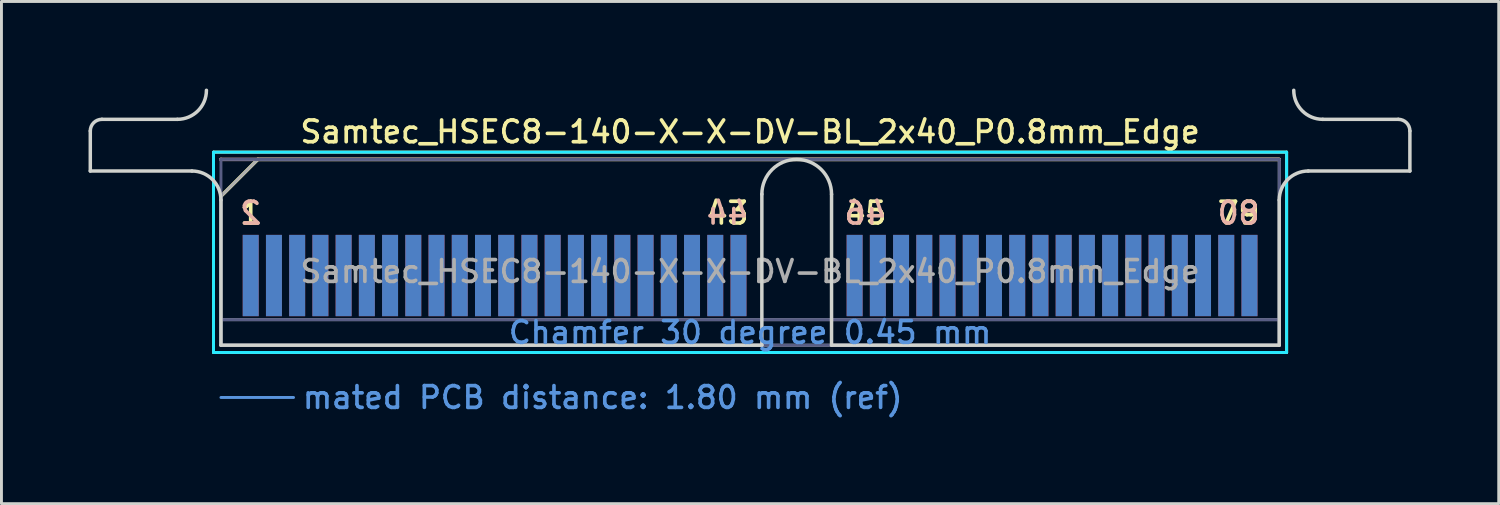
<source format=kicad_pcb>
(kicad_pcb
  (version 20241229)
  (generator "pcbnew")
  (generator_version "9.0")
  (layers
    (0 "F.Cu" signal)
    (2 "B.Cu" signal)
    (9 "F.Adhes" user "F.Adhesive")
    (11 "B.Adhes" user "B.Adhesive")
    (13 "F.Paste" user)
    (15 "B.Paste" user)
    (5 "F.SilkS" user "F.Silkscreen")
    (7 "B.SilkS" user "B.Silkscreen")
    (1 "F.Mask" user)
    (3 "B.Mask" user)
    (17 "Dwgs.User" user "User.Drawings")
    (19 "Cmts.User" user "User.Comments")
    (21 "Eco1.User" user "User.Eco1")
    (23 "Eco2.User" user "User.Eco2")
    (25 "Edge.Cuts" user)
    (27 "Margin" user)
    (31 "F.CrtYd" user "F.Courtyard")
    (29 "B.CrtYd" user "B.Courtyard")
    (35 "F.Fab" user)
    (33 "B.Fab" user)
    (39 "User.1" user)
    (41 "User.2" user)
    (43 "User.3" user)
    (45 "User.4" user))
  (footprint "Samtec_HSEC8-140-X-X-DV-BL_2x40_P0.8mm_Edge"
    (layer "F.Cu")
    (at 22.785 8.84)
    (property "Reference" "Samtec_HSEC8-140-X-X-DV-BL_2x40_P0.8mm_Edge" (at 0 -7.35 0) (layer "F.SilkS") (effects (font (size 0.75 0.75) (thickness 0.125))))
    (attr exclude_from_pos_files exclude_from_bom)
    (fp_line (start -18.48 -6.65) (end -18.48 0.25) (stroke (width 0.1) (type solid)) (layer "F.SilkS"))
    (fp_line (start -18.48 0.25) (end 18.48 0.25) (stroke (width 0.1) (type solid)) (layer "F.SilkS"))
    (fp_line (start -18.225 -5.13) (end -16.955 -6.4) (stroke (width 0.12) (type solid)) (layer "F.SilkS"))
    (fp_line (start -16.955 -6.4) (end 18.225 -6.4) (stroke (width 0.12) (type solid)) (layer "F.SilkS"))
    (fp_line (start 18.48 -6.65) (end -18.48 -6.65) (stroke (width 0.1) (type solid)) (layer "F.SilkS"))
    (fp_line (start 18.48 0.25) (end 18.48 -6.65) (stroke (width 0.1) (type solid)) (layer "F.SilkS"))
    (fp_line (start -18.225 -6.4) (end -18.225 -6.4) (stroke (width 0.12) (type solid)) (layer "B.SilkS"))
    (fp_line (start -18.225 -6.4) (end 18.225 -6.4) (stroke (width 0.12) (type solid)) (layer "B.SilkS"))
    (fp_line (start -18.225 1.8) (end -15.725 1.8) (stroke (width 0.1) (type solid)) (layer "Cmts.User"))
    (fp_line (start -22.725 -6) (end -22.725 -7.38) (stroke (width 0.12) (type solid)) (layer "Edge.Cuts"))
    (fp_line (start -22.325 -7.78) (end -19.725 -7.78) (stroke (width 0.12) (type solid)) (layer "Edge.Cuts"))
    (fp_line (start -19.225 -6) (end -22.725 -6) (stroke (width 0.12) (type solid)) (layer "Edge.Cuts"))
    (fp_line (start -18.225 -5) (end -18.225 0) (stroke (width 0.12) (type solid)) (layer "Edge.Cuts"))
    (fp_line (start -18.225 0) (end 0.405 0) (stroke (width 0.12) (type solid)) (layer "Edge.Cuts"))
    (fp_line (start 0.405 0) (end 0.405 -5.2) (stroke (width 0.12) (type solid)) (layer "Edge.Cuts"))
    (fp_line (start 2.805 -5.2) (end 2.805 0) (stroke (width 0.12) (type solid)) (layer "Edge.Cuts"))
    (fp_line (start 2.805 0) (end 18.225 0) (stroke (width 0.12) (type solid)) (layer "Edge.Cuts"))
    (fp_line (start 18.225 0) (end 18.225 -5) (stroke (width 0.12) (type solid)) (layer "Edge.Cuts"))
    (fp_line (start 19.225 -6) (end 22.725 -6) (stroke (width 0.12) (type solid)) (layer "Edge.Cuts"))
    (fp_line (start 22.325 -7.78) (end 19.725 -7.78) (stroke (width 0.12) (type solid)) (layer "Edge.Cuts"))
    (fp_line (start 22.725 -6) (end 22.725 -7.38) (stroke (width 0.12) (type solid)) (layer "Edge.Cuts"))
    (fp_arc (start -22.725 -7.38) (mid -22.607843 -7.662843) (end -22.325 -7.78) (stroke (width 0.12) (type solid)) (layer "Edge.Cuts"))
    (fp_arc (start -19.225 -6) (mid -18.517893 -5.707107) (end -18.225 -5) (stroke (width 0.12) (type solid)) (layer "Edge.Cuts"))
    (fp_arc (start -18.725 -8.78) (mid -19.017893 -8.072893) (end -19.725 -7.78) (stroke (width 0.12) (type solid)) (layer "Edge.Cuts"))
    (fp_arc (start 0.405 -5.2) (mid 1.605 -6.4) (end 2.805 -5.2) (stroke (width 0.12) (type solid)) (layer "Edge.Cuts"))
    (fp_arc (start 18.225 -5) (mid 18.517893 -5.707107) (end 19.225 -6) (stroke (width 0.12) (type solid)) (layer "Edge.Cuts"))
    (fp_arc (start 19.725 -7.78) (mid 19.017893 -8.072893) (end 18.725 -8.78) (stroke (width 0.12) (type solid)) (layer "Edge.Cuts"))
    (fp_arc (start 22.325 -7.78) (mid 22.607843 -7.662843) (end 22.725 -7.38) (stroke (width 0.12) (type solid)) (layer "Edge.Cuts"))
    (fp_line (start -18.48 -6.65) (end -18.48 0.25) (stroke (width 0.1) (type solid)) (layer "B.CrtYd"))
    (fp_line (start -18.48 0.25) (end 18.48 0.25) (stroke (width 0.1) (type solid)) (layer "B.CrtYd"))
    (fp_line (start 18.48 -6.65) (end -18.48 -6.65) (stroke (width 0.1) (type solid)) (layer "B.CrtYd"))
    (fp_line (start 18.48 0.25) (end 18.48 -6.65) (stroke (width 0.1) (type solid)) (layer "B.CrtYd"))
    (fp_line (start -18.225 -6.4) (end -18.225 -6.4) (stroke (width 0.1) (type solid)) (layer "B.Fab"))
    (fp_line (start -18.225 -6.4) (end -18.225 0) (stroke (width 0.1) (type solid)) (layer "B.Fab"))
    (fp_line (start -18.225 -6.4) (end 18.225 -6.4) (stroke (width 0.1) (type solid)) (layer "B.Fab"))
    (fp_line (start -18.225 -0.88) (end 18.225 -0.88) (stroke (width 0.1) (type solid)) (layer "B.Fab"))
    (fp_line (start -18.225 0) (end 18.225 0) (stroke (width 0.1) (type solid)) (layer "B.Fab"))
    (fp_line (start 18.225 -6.4) (end 18.225 0) (stroke (width 0.1) (type solid)) (layer "B.Fab"))
    (fp_line (start -18.225 -5.13) (end -18.225 0) (stroke (width 0.1) (type solid)) (layer "F.Fab"))
    (fp_line (start -18.225 -5.13) (end -16.955 -6.4) (stroke (width 0.1) (type solid)) (layer "F.Fab"))
    (fp_line (start -18.225 -0.88) (end 18.225 -0.88) (stroke (width 0.1) (type solid)) (layer "F.Fab"))
    (fp_line (start -18.225 0) (end 18.225 0) (stroke (width 0.1) (type solid)) (layer "F.Fab"))
    (fp_line (start -16.955 -6.4) (end 18.225 -6.4) (stroke (width 0.1) (type solid)) (layer "F.Fab"))
    (fp_line (start 18.225 -6.4) (end 18.225 0) (stroke (width 0.1) (type solid)) (layer "F.Fab"))
    (fp_text user "43" (at -0.775 -4.55 0) (layer "F.SilkS") (effects (font (size 0.75 0.75) (thickness 0.125))))
    (fp_text user "45" (at 3.975 -4.55 0) (layer "F.SilkS") (effects (font (size 0.75 0.75) (thickness 0.125))))
    (fp_text user "79" (at 16.825 -4.55 0) (layer "F.SilkS") (effects (font (size 0.75 0.75) (thickness 0.125))))
    (fp_text user "1" (at -17.2 -4.55 0) (layer "F.SilkS") (effects (font (size 0.75 0.75) (thickness 0.125))))
    (fp_text user "2" (at -17.2 -4.55 0) (layer "B.SilkS") (effects (font (size 0.75 0.75) (thickness 0.125)) (justify mirror)))
    (fp_text user "44" (at -0.775 -4.55 0) (layer "B.SilkS") (effects (font (size 0.75 0.75) (thickness 0.125)) (justify mirror)))
    (fp_text user "80" (at 16.825 -4.55 0) (layer "B.SilkS") (effects (font (size 0.75 0.75) (thickness 0.125)) (justify mirror)))
    (fp_text user "46" (at 3.975 -4.55 0) (layer "B.SilkS") (effects (font (size 0.75 0.75) (thickness 0.125)) (justify mirror)))
    (fp_text user "mated PCB distance: 1.80 mm (ref)" (at -15.48 1.8 0) (layer "Cmts.User") (effects (font (size 0.75 0.75) (thickness 0.125)) (justify left)))
    (fp_text user "Chamfer 30 degree 0.45 mm" (at 0 -0.44 0) (layer "Cmts.User") (effects (font (size 0.75 0.75) (thickness 0.125))))
    (fp_text user "${REFERENCE}" (at 0 -2.54 0) (layer "F.Fab") (effects (font (size 0.75 0.75) (thickness 0.125))))
    (pad "1" connect rect (at -17.2 -2.4) (size 0.55 2.8) (layers "F.Cu" "F.Mask"))
    (pad "2" connect rect (at -17.2 -2.4) (size 0.55 2.8) (layers "B.Cu" "B.Mask"))
    (pad "3" connect rect (at -16.4 -2.4) (size 0.55 2.8) (layers "F.Cu" "F.Mask"))
    (pad "4" connect rect (at -16.4 -2.4) (size 0.55 2.8) (layers "B.Cu" "B.Mask"))
    (pad "5" connect rect (at -15.6 -2.4) (size 0.55 2.8) (layers "F.Cu" "F.Mask"))
    (pad "6" connect rect (at -15.6 -2.4) (size 0.55 2.8) (layers "B.Cu" "B.Mask"))
    (pad "7" connect rect (at -14.8 -2.4) (size 0.55 2.8) (layers "F.Cu" "F.Mask"))
    (pad "8" connect rect (at -14.8 -2.4) (size 0.55 2.8) (layers "B.Cu" "B.Mask"))
    (pad "9" connect rect (at -14 -2.4) (size 0.55 2.8) (layers "F.Cu" "F.Mask"))
    (pad "10" connect rect (at -14 -2.4) (size 0.55 2.8) (layers "B.Cu" "B.Mask"))
    (pad "11" connect rect (at -13.2 -2.4) (size 0.55 2.8) (layers "F.Cu" "F.Mask"))
    (pad "12" connect rect (at -13.2 -2.4) (size 0.55 2.8) (layers "B.Cu" "B.Mask"))
    (pad "13" connect rect (at -12.4 -2.4) (size 0.55 2.8) (layers "F.Cu" "F.Mask"))
    (pad "14" connect rect (at -12.4 -2.4) (size 0.55 2.8) (layers "B.Cu" "B.Mask"))
    (pad "15" connect rect (at -11.6 -2.4) (size 0.55 2.8) (layers "F.Cu" "F.Mask"))
    (pad "16" connect rect (at -11.6 -2.4) (size 0.55 2.8) (layers "B.Cu" "B.Mask"))
    (pad "17" connect rect (at -10.8 -2.4) (size 0.55 2.8) (layers "F.Cu" "F.Mask"))
    (pad "18" connect rect (at -10.8 -2.4) (size 0.55 2.8) (layers "B.Cu" "B.Mask"))
    (pad "19" connect rect (at -10 -2.4) (size 0.55 2.8) (layers "F.Cu" "F.Mask"))
    (pad "20" connect rect (at -10 -2.4) (size 0.55 2.8) (layers "B.Cu" "B.Mask"))
    (pad "21" connect rect (at -9.2 -2.4) (size 0.55 2.8) (layers "F.Cu" "F.Mask"))
    (pad "22" connect rect (at -9.2 -2.4) (size 0.55 2.8) (layers "B.Cu" "B.Mask"))
    (pad "23" connect rect (at -8.4 -2.4) (size 0.55 2.8) (layers "F.Cu" "F.Mask"))
    (pad "24" connect rect (at -8.4 -2.4) (size 0.55 2.8) (layers "B.Cu" "B.Mask"))
    (pad "25" connect rect (at -7.6 -2.4) (size 0.55 2.8) (layers "F.Cu" "F.Mask"))
    (pad "26" connect rect (at -7.6 -2.4) (size 0.55 2.8) (layers "B.Cu" "B.Mask"))
    (pad "27" connect rect (at -6.8 -2.4) (size 0.55 2.8) (layers "F.Cu" "F.Mask"))
    (pad "28" connect rect (at -6.8 -2.4) (size 0.55 2.8) (layers "B.Cu" "B.Mask"))
    (pad "29" connect rect (at -6 -2.4) (size 0.55 2.8) (layers "F.Cu" "F.Mask"))
    (pad "30" connect rect (at -6 -2.4) (size 0.55 2.8) (layers "B.Cu" "B.Mask"))
    (pad "31" connect rect (at -5.2 -2.4) (size 0.55 2.8) (layers "F.Cu" "F.Mask"))
    (pad "32" connect rect (at -5.2 -2.4) (size 0.55 2.8) (layers "B.Cu" "B.Mask"))
    (pad "33" connect rect (at -4.4 -2.4) (size 0.55 2.8) (layers "F.Cu" "F.Mask"))
    (pad "34" connect rect (at -4.4 -2.4) (size 0.55 2.8) (layers "B.Cu" "B.Mask"))
    (pad "35" connect rect (at -3.6 -2.4) (size 0.55 2.8) (layers "F.Cu" "F.Mask"))
    (pad "36" connect rect (at -3.6 -2.4) (size 0.55 2.8) (layers "B.Cu" "B.Mask"))
    (pad "37" connect rect (at -2.8 -2.4) (size 0.55 2.8) (layers "F.Cu" "F.Mask"))
    (pad "38" connect rect (at -2.8 -2.4) (size 0.55 2.8) (layers "B.Cu" "B.Mask"))
    (pad "39" connect rect (at -2 -2.4) (size 0.55 2.8) (layers "F.Cu" "F.Mask"))
    (pad "40" connect rect (at -2 -2.4) (size 0.55 2.8) (layers "B.Cu" "B.Mask"))
    (pad "41" connect rect (at -1.2 -2.4) (size 0.55 2.8) (layers "F.Cu" "F.Mask"))
    (pad "42" connect rect (at -1.2 -2.4) (size 0.55 2.8) (layers "B.Cu" "B.Mask"))
    (pad "43" connect rect (at -0.4 -2.4) (size 0.55 2.8) (layers "F.Cu" "F.Mask"))
    (pad "44" connect rect (at -0.4 -2.4) (size 0.55 2.8) (layers "B.Cu" "B.Mask"))
    (pad "45" connect rect (at 3.6 -2.4) (size 0.55 2.8) (layers "F.Cu" "F.Mask"))
    (pad "46" connect rect (at 3.6 -2.4) (size 0.55 2.8) (layers "B.Cu" "B.Mask"))
    (pad "47" connect rect (at 4.4 -2.4) (size 0.55 2.8) (layers "F.Cu" "F.Mask"))
    (pad "48" connect rect (at 4.4 -2.4) (size 0.55 2.8) (layers "B.Cu" "B.Mask"))
    (pad "49" connect rect (at 5.2 -2.4) (size 0.55 2.8) (layers "F.Cu" "F.Mask"))
    (pad "50" connect rect (at 5.2 -2.4) (size 0.55 2.8) (layers "B.Cu" "B.Mask"))
    (pad "51" connect rect (at 6 -2.4) (size 0.55 2.8) (layers "F.Cu" "F.Mask"))
    (pad "52" connect rect (at 6 -2.4) (size 0.55 2.8) (layers "B.Cu" "B.Mask"))
    (pad "53" connect rect (at 6.8 -2.4) (size 0.55 2.8) (layers "F.Cu" "F.Mask"))
    (pad "54" connect rect (at 6.8 -2.4) (size 0.55 2.8) (layers "B.Cu" "B.Mask"))
    (pad "55" connect rect (at 7.6 -2.4) (size 0.55 2.8) (layers "F.Cu" "F.Mask"))
    (pad "56" connect rect (at 7.6 -2.4) (size 0.55 2.8) (layers "B.Cu" "B.Mask"))
    (pad "57" connect rect (at 8.4 -2.4) (size 0.55 2.8) (layers "F.Cu" "F.Mask"))
    (pad "58" connect rect (at 8.4 -2.4) (size 0.55 2.8) (layers "B.Cu" "B.Mask"))
    (pad "59" connect rect (at 9.2 -2.4) (size 0.55 2.8) (layers "F.Cu" "F.Mask"))
    (pad "60" connect rect (at 9.2 -2.4) (size 0.55 2.8) (layers "B.Cu" "B.Mask"))
    (pad "61" connect rect (at 10 -2.4) (size 0.55 2.8) (layers "F.Cu" "F.Mask"))
    (pad "62" connect rect (at 10 -2.4) (size 0.55 2.8) (layers "B.Cu" "B.Mask"))
    (pad "63" connect rect (at 10.8 -2.4) (size 0.55 2.8) (layers "F.Cu" "F.Mask"))
    (pad "64" connect rect (at 10.8 -2.4) (size 0.55 2.8) (layers "B.Cu" "B.Mask"))
    (pad "65" connect rect (at 11.6 -2.4) (size 0.55 2.8) (layers "F.Cu" "F.Mask"))
    (pad "66" connect rect (at 11.6 -2.4) (size 0.55 2.8) (layers "B.Cu" "B.Mask"))
    (pad "67" connect rect (at 12.4 -2.4) (size 0.55 2.8) (layers "F.Cu" "F.Mask"))
    (pad "68" connect rect (at 12.4 -2.4) (size 0.55 2.8) (layers "B.Cu" "B.Mask"))
    (pad "69" connect rect (at 13.2 -2.4) (size 0.55 2.8) (layers "F.Cu" "F.Mask"))
    (pad "70" connect rect (at 13.2 -2.4) (size 0.55 2.8) (layers "B.Cu" "B.Mask"))
    (pad "71" connect rect (at 14 -2.4) (size 0.55 2.8) (layers "F.Cu" "F.Mask"))
    (pad "72" connect rect (at 14 -2.4) (size 0.55 2.8) (layers "B.Cu" "B.Mask"))
    (pad "73" connect rect (at 14.8 -2.4) (size 0.55 2.8) (layers "F.Cu" "F.Mask"))
    (pad "74" connect rect (at 14.8 -2.4) (size 0.55 2.8) (layers "B.Cu" "B.Mask"))
    (pad "75" connect rect (at 15.6 -2.4) (size 0.55 2.8) (layers "F.Cu" "F.Mask"))
    (pad "76" connect rect (at 15.6 -2.4) (size 0.55 2.8) (layers "B.Cu" "B.Mask"))
    (pad "77" connect rect (at 16.4 -2.4) (size 0.55 2.8) (layers "F.Cu" "F.Mask"))
    (pad "78" connect rect (at 16.4 -2.4) (size 0.55 2.8) (layers "B.Cu" "B.Mask"))
    (pad "79" connect rect (at 17.2 -2.4) (size 0.55 2.8) (layers "F.Cu" "F.Mask"))
    (pad "80" connect rect (at 17.2 -2.4) (size 0.55 2.8) (layers "B.Cu" "B.Mask")))
  (gr_rect
    (start -3 -3)
    (end 48.57 14.298)
    (stroke (width 0.1) (type default))
    (fill no)
    (layer "Edge.Cuts")))
</source>
